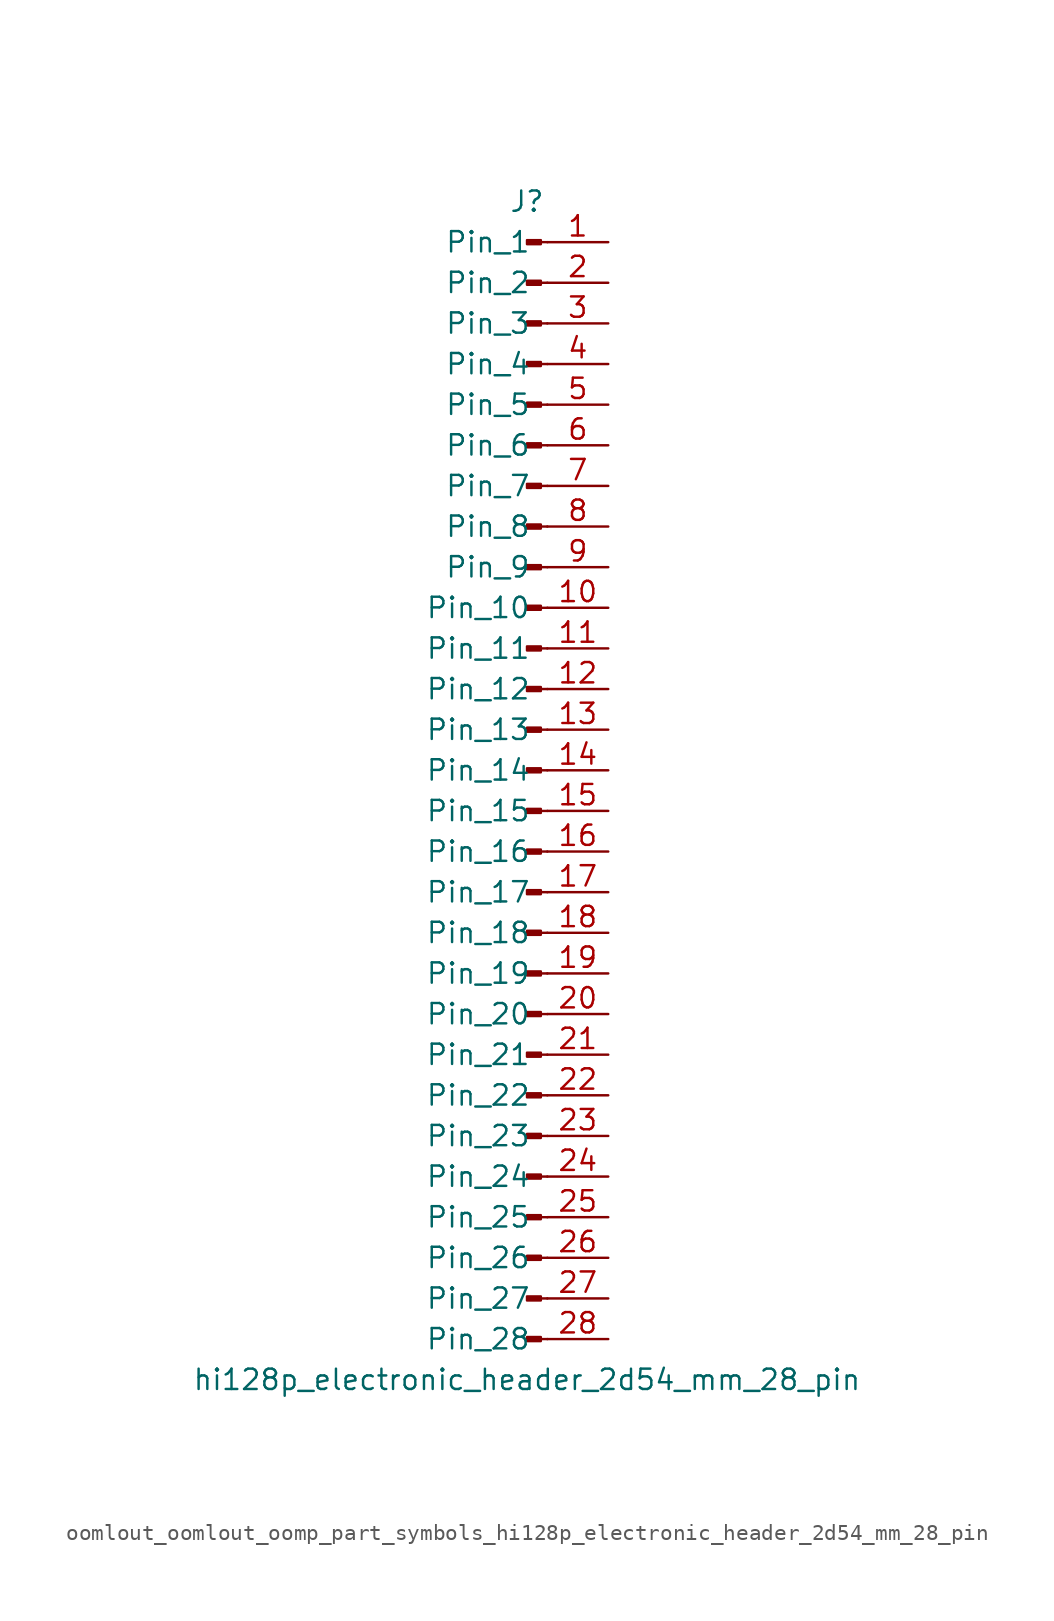
<source format=kicad_sym>
(kicad_symbol_lib
  (version 20220914)
  (generator kicad_symbol_editor)
  (symbol "oomlout_oomlout_oomp_part_symbols_hi128p_electronic_header_2d54_mm_28_pin"
    (pin_names
      (offset 1.016))
    (property "Reference" "J"
      (at 0 35.56 0)
      (effects (font (size 1.27 1.27))))
    (property "Value" "hi128p_electronic_header_2d54_mm_28_pin"
      (at 0 -38.1 0)
      (effects (font (size 1.27 1.27))))
    (property "ki_locked" ""
      (at 0 0 0)
      (effects (font (size 1.27 1.27))))
    (symbol "oomlout_oomlout_oomp_part_symbols_hi128p_electronic_header_2d54_mm_28_pin_1_1"
      (polyline (pts (xy 1.27 -35.56) (xy 0.864 -35.56)) (stroke (width 0.152) (type default)) (fill (type none)))
      (polyline (pts (xy 1.27 -33.02) (xy 0.864 -33.02)) (stroke (width 0.152) (type default)) (fill (type none)))
      (polyline (pts (xy 1.27 -30.48) (xy 0.864 -30.48)) (stroke (width 0.152) (type default)) (fill (type none)))
      (polyline (pts (xy 1.27 -27.94) (xy 0.864 -27.94)) (stroke (width 0.152) (type default)) (fill (type none)))
      (polyline (pts (xy 1.27 -25.4) (xy 0.864 -25.4)) (stroke (width 0.152) (type default)) (fill (type none)))
      (polyline (pts (xy 1.27 -22.86) (xy 0.864 -22.86)) (stroke (width 0.152) (type default)) (fill (type none)))
      (polyline (pts (xy 1.27 -20.32) (xy 0.864 -20.32)) (stroke (width 0.152) (type default)) (fill (type none)))
      (polyline (pts (xy 1.27 -17.78) (xy 0.864 -17.78)) (stroke (width 0.152) (type default)) (fill (type none)))
      (polyline (pts (xy 1.27 -15.24) (xy 0.864 -15.24)) (stroke (width 0.152) (type default)) (fill (type none)))
      (polyline (pts (xy 1.27 -12.7) (xy 0.864 -12.7)) (stroke (width 0.152) (type default)) (fill (type none)))
      (polyline (pts (xy 1.27 -10.16) (xy 0.864 -10.16)) (stroke (width 0.152) (type default)) (fill (type none)))
      (polyline (pts (xy 1.27 -7.62) (xy 0.864 -7.62)) (stroke (width 0.152) (type default)) (fill (type none)))
      (polyline (pts (xy 1.27 -5.08) (xy 0.864 -5.08)) (stroke (width 0.152) (type default)) (fill (type none)))
      (polyline (pts (xy 1.27 -2.54) (xy 0.864 -2.54)) (stroke (width 0.152) (type default)) (fill (type none)))
      (polyline (pts (xy 1.27 0) (xy 0.864 0)) (stroke (width 0.152) (type default)) (fill (type none)))
      (polyline (pts (xy 1.27 2.54) (xy 0.864 2.54)) (stroke (width 0.152) (type default)) (fill (type none)))
      (polyline (pts (xy 1.27 5.08) (xy 0.864 5.08)) (stroke (width 0.152) (type default)) (fill (type none)))
      (polyline (pts (xy 1.27 7.62) (xy 0.864 7.62)) (stroke (width 0.152) (type default)) (fill (type none)))
      (polyline (pts (xy 1.27 10.16) (xy 0.864 10.16)) (stroke (width 0.152) (type default)) (fill (type none)))
      (polyline (pts (xy 1.27 12.7) (xy 0.864 12.7)) (stroke (width 0.152) (type default)) (fill (type none)))
      (polyline (pts (xy 1.27 15.24) (xy 0.864 15.24)) (stroke (width 0.152) (type default)) (fill (type none)))
      (polyline (pts (xy 1.27 17.78) (xy 0.864 17.78)) (stroke (width 0.152) (type default)) (fill (type none)))
      (polyline (pts (xy 1.27 20.32) (xy 0.864 20.32)) (stroke (width 0.152) (type default)) (fill (type none)))
      (polyline (pts (xy 1.27 22.86) (xy 0.864 22.86)) (stroke (width 0.152) (type default)) (fill (type none)))
      (polyline (pts (xy 1.27 25.4) (xy 0.864 25.4)) (stroke (width 0.152) (type default)) (fill (type none)))
      (polyline (pts (xy 1.27 27.94) (xy 0.864 27.94)) (stroke (width 0.152) (type default)) (fill (type none)))
      (polyline (pts (xy 1.27 30.48) (xy 0.864 30.48)) (stroke (width 0.152) (type default)) (fill (type none)))
      (polyline (pts (xy 1.27 33.02) (xy 0.864 33.02)) (stroke (width 0.152) (type default)) (fill (type none)))
      (rectangle (start 0.864 -35.433) (end 0 -35.687) (stroke (width 0.152) (type default)) (fill (type outline)))
      (rectangle (start 0.864 -32.893) (end 0 -33.147) (stroke (width 0.152) (type default)) (fill (type outline)))
      (rectangle (start 0.864 -30.353) (end 0 -30.607) (stroke (width 0.152) (type default)) (fill (type outline)))
      (rectangle (start 0.864 -27.813) (end 0 -28.067) (stroke (width 0.152) (type default)) (fill (type outline)))
      (rectangle (start 0.864 -25.273) (end 0 -25.527) (stroke (width 0.152) (type default)) (fill (type outline)))
      (rectangle (start 0.864 -22.733) (end 0 -22.987) (stroke (width 0.152) (type default)) (fill (type outline)))
      (rectangle (start 0.864 -20.193) (end 0 -20.447) (stroke (width 0.152) (type default)) (fill (type outline)))
      (rectangle (start 0.864 -17.653) (end 0 -17.907) (stroke (width 0.152) (type default)) (fill (type outline)))
      (rectangle (start 0.864 -15.113) (end 0 -15.367) (stroke (width 0.152) (type default)) (fill (type outline)))
      (rectangle (start 0.864 -12.573) (end 0 -12.827) (stroke (width 0.152) (type default)) (fill (type outline)))
      (rectangle (start 0.864 -10.033) (end 0 -10.287) (stroke (width 0.152) (type default)) (fill (type outline)))
      (rectangle (start 0.864 -7.493) (end 0 -7.747) (stroke (width 0.152) (type default)) (fill (type outline)))
      (rectangle (start 0.864 -4.953) (end 0 -5.207) (stroke (width 0.152) (type default)) (fill (type outline)))
      (rectangle (start 0.864 -2.413) (end 0 -2.667) (stroke (width 0.152) (type default)) (fill (type outline)))
      (rectangle (start 0.864 0.127) (end 0 -0.127) (stroke (width 0.152) (type default)) (fill (type outline)))
      (rectangle (start 0.864 2.667) (end 0 2.413) (stroke (width 0.152) (type default)) (fill (type outline)))
      (rectangle (start 0.864 5.207) (end 0 4.953) (stroke (width 0.152) (type default)) (fill (type outline)))
      (rectangle (start 0.864 7.747) (end 0 7.493) (stroke (width 0.152) (type default)) (fill (type outline)))
      (rectangle (start 0.864 10.287) (end 0 10.033) (stroke (width 0.152) (type default)) (fill (type outline)))
      (rectangle (start 0.864 12.827) (end 0 12.573) (stroke (width 0.152) (type default)) (fill (type outline)))
      (rectangle (start 0.864 15.367) (end 0 15.113) (stroke (width 0.152) (type default)) (fill (type outline)))
      (rectangle (start 0.864 17.907) (end 0 17.653) (stroke (width 0.152) (type default)) (fill (type outline)))
      (rectangle (start 0.864 20.447) (end 0 20.193) (stroke (width 0.152) (type default)) (fill (type outline)))
      (rectangle (start 0.864 22.987) (end 0 22.733) (stroke (width 0.152) (type default)) (fill (type outline)))
      (rectangle (start 0.864 25.527) (end 0 25.273) (stroke (width 0.152) (type default)) (fill (type outline)))
      (rectangle (start 0.864 28.067) (end 0 27.813) (stroke (width 0.152) (type default)) (fill (type outline)))
      (rectangle (start 0.864 30.607) (end 0 30.353) (stroke (width 0.152) (type default)) (fill (type outline)))
      (rectangle (start 0.864 33.147) (end 0 32.893) (stroke (width 0.152) (type default)) (fill (type outline)))
      (pin passive line (at 5.08 33.02 180) (length 3.81) (name "Pin_1" (effects (font (size 1.27 1.27)))) (number "1" (effects (font (size 1.27 1.27)))))
      (pin passive line (at 5.08 10.16 180) (length 3.81) (name "Pin_10" (effects (font (size 1.27 1.27)))) (number "10" (effects (font (size 1.27 1.27)))))
      (pin passive line (at 5.08 7.62 180) (length 3.81) (name "Pin_11" (effects (font (size 1.27 1.27)))) (number "11" (effects (font (size 1.27 1.27)))))
      (pin passive line (at 5.08 5.08 180) (length 3.81) (name "Pin_12" (effects (font (size 1.27 1.27)))) (number "12" (effects (font (size 1.27 1.27)))))
      (pin passive line (at 5.08 2.54 180) (length 3.81) (name "Pin_13" (effects (font (size 1.27 1.27)))) (number "13" (effects (font (size 1.27 1.27)))))
      (pin passive line (at 5.08 0 180) (length 3.81) (name "Pin_14" (effects (font (size 1.27 1.27)))) (number "14" (effects (font (size 1.27 1.27)))))
      (pin passive line (at 5.08 -2.54 180) (length 3.81) (name "Pin_15" (effects (font (size 1.27 1.27)))) (number "15" (effects (font (size 1.27 1.27)))))
      (pin passive line (at 5.08 -5.08 180) (length 3.81) (name "Pin_16" (effects (font (size 1.27 1.27)))) (number "16" (effects (font (size 1.27 1.27)))))
      (pin passive line (at 5.08 -7.62 180) (length 3.81) (name "Pin_17" (effects (font (size 1.27 1.27)))) (number "17" (effects (font (size 1.27 1.27)))))
      (pin passive line (at 5.08 -10.16 180) (length 3.81) (name "Pin_18" (effects (font (size 1.27 1.27)))) (number "18" (effects (font (size 1.27 1.27)))))
      (pin passive line (at 5.08 -12.7 180) (length 3.81) (name "Pin_19" (effects (font (size 1.27 1.27)))) (number "19" (effects (font (size 1.27 1.27)))))
      (pin passive line (at 5.08 30.48 180) (length 3.81) (name "Pin_2" (effects (font (size 1.27 1.27)))) (number "2" (effects (font (size 1.27 1.27)))))
      (pin passive line (at 5.08 -15.24 180) (length 3.81) (name "Pin_20" (effects (font (size 1.27 1.27)))) (number "20" (effects (font (size 1.27 1.27)))))
      (pin passive line (at 5.08 -17.78 180) (length 3.81) (name "Pin_21" (effects (font (size 1.27 1.27)))) (number "21" (effects (font (size 1.27 1.27)))))
      (pin passive line (at 5.08 -20.32 180) (length 3.81) (name "Pin_22" (effects (font (size 1.27 1.27)))) (number "22" (effects (font (size 1.27 1.27)))))
      (pin passive line (at 5.08 -22.86 180) (length 3.81) (name "Pin_23" (effects (font (size 1.27 1.27)))) (number "23" (effects (font (size 1.27 1.27)))))
      (pin passive line (at 5.08 -25.4 180) (length 3.81) (name "Pin_24" (effects (font (size 1.27 1.27)))) (number "24" (effects (font (size 1.27 1.27)))))
      (pin passive line (at 5.08 -27.94 180) (length 3.81) (name "Pin_25" (effects (font (size 1.27 1.27)))) (number "25" (effects (font (size 1.27 1.27)))))
      (pin passive line (at 5.08 -30.48 180) (length 3.81) (name "Pin_26" (effects (font (size 1.27 1.27)))) (number "26" (effects (font (size 1.27 1.27)))))
      (pin passive line (at 5.08 -33.02 180) (length 3.81) (name "Pin_27" (effects (font (size 1.27 1.27)))) (number "27" (effects (font (size 1.27 1.27)))))
      (pin passive line (at 5.08 -35.56 180) (length 3.81) (name "Pin_28" (effects (font (size 1.27 1.27)))) (number "28" (effects (font (size 1.27 1.27)))))
      (pin passive line (at 5.08 27.94 180) (length 3.81) (name "Pin_3" (effects (font (size 1.27 1.27)))) (number "3" (effects (font (size 1.27 1.27)))))
      (pin passive line (at 5.08 25.4 180) (length 3.81) (name "Pin_4" (effects (font (size 1.27 1.27)))) (number "4" (effects (font (size 1.27 1.27)))))
      (pin passive line (at 5.08 22.86 180) (length 3.81) (name "Pin_5" (effects (font (size 1.27 1.27)))) (number "5" (effects (font (size 1.27 1.27)))))
      (pin passive line (at 5.08 20.32 180) (length 3.81) (name "Pin_6" (effects (font (size 1.27 1.27)))) (number "6" (effects (font (size 1.27 1.27)))))
      (pin passive line (at 5.08 17.78 180) (length 3.81) (name "Pin_7" (effects (font (size 1.27 1.27)))) (number "7" (effects (font (size 1.27 1.27)))))
      (pin passive line (at 5.08 15.24 180) (length 3.81) (name "Pin_8" (effects (font (size 1.27 1.27)))) (number "8" (effects (font (size 1.27 1.27)))))
      (pin passive line (at 5.08 12.7 180) (length 3.81) (name "Pin_9" (effects (font (size 1.27 1.27)))) (number "9" (effects (font (size 1.27 1.27))))))))
</source>
